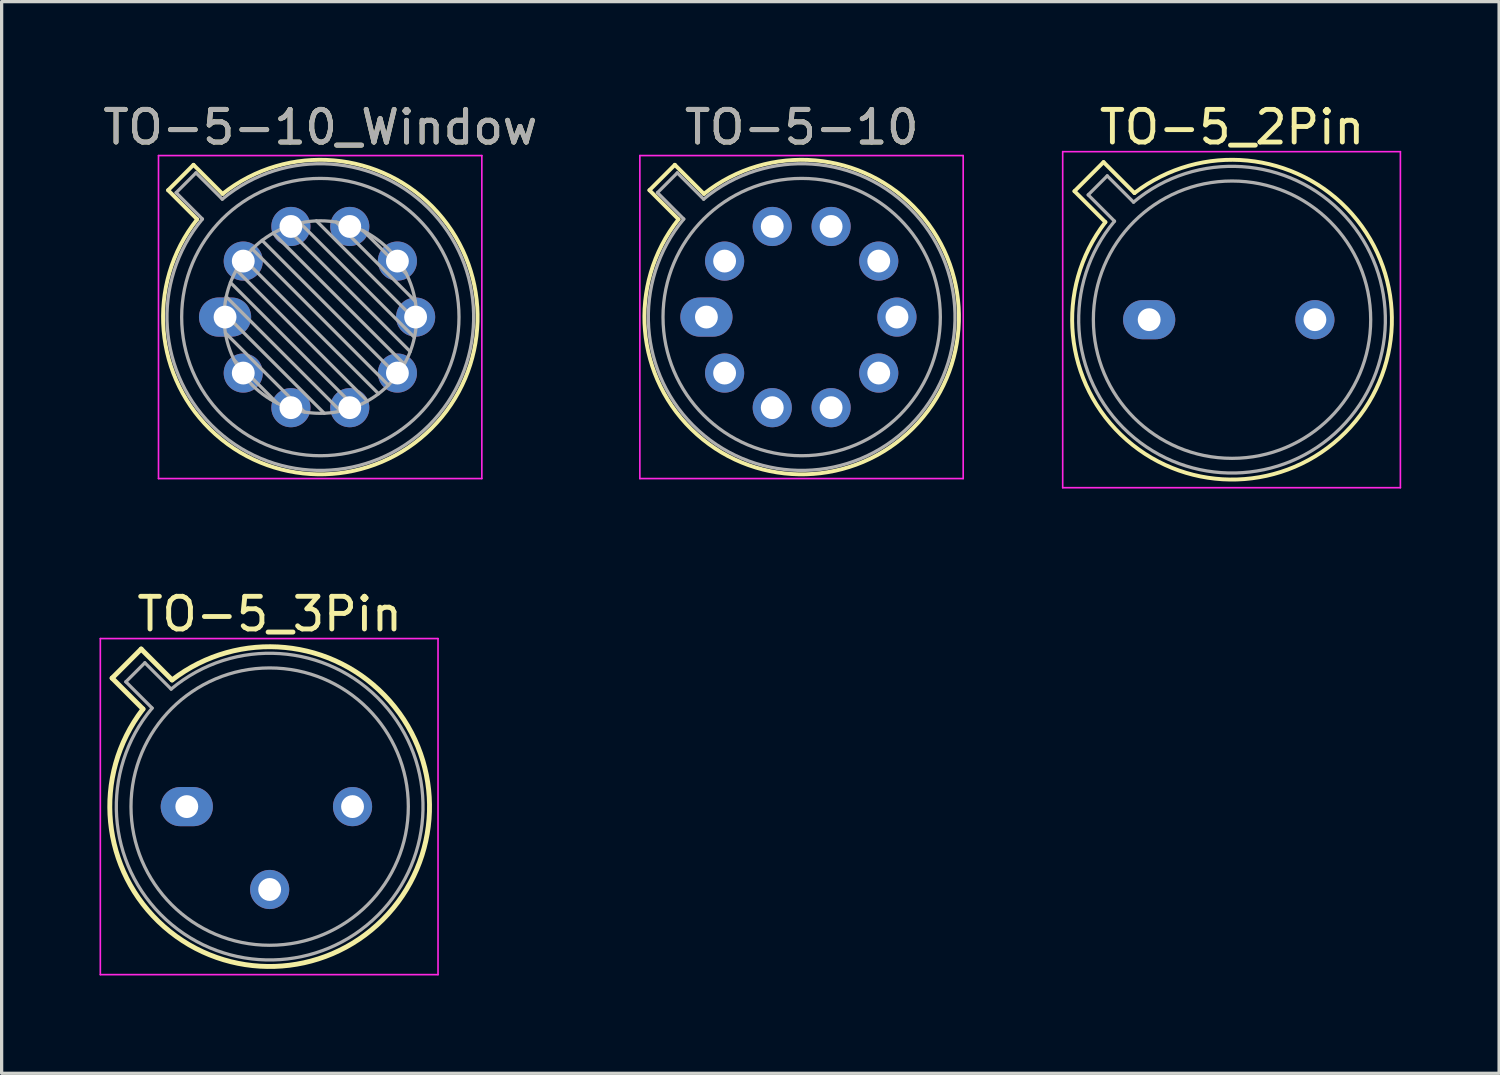
<source format=kicad_pcb>
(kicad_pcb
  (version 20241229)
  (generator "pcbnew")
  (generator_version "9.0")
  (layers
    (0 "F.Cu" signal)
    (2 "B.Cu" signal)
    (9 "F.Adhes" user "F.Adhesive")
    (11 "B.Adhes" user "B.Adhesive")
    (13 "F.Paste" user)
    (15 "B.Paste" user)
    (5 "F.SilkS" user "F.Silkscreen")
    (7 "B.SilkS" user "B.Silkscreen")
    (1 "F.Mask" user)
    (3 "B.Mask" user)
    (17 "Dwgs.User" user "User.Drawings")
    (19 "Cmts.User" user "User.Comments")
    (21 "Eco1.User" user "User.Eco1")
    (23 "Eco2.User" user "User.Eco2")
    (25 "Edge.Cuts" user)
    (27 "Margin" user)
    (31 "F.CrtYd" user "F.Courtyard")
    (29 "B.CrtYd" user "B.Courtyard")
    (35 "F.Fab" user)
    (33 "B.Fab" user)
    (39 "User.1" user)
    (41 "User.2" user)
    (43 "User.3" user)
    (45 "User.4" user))
  (footprint "TO-5-10"
    (layer "F.Cu")
    (at 18.601 6.668)
    (property "Reference" "TO-5-10" (at 2.92 -5.82 0) (layer "F.SilkS") (effects (font (size 1 1) (thickness 0.15))))
    (attr through_hole)
    (fp_line (start -1.746 -3.888) (end -0.855 -2.997) (stroke (width 0.12) (type solid)) (layer "F.SilkS"))
    (fp_line (start -0.968 -4.666) (end -1.746 -3.888) (stroke (width 0.12) (type solid)) (layer "F.SilkS"))
    (fp_line (start -0.077 -3.775) (end -0.968 -4.666) (stroke (width 0.12) (type solid)) (layer "F.SilkS"))
    (fp_arc (start -0.077084 -3.774902) (mid 6.328125 3.408384) (end -0.854674 -2.997371) (stroke (width 0.12) (type solid)) (layer "F.SilkS"))
    (fp_line (start -2.04 -4.95) (end -2.04 4.95) (stroke (width 0.05) (type solid)) (layer "F.CrtYd"))
    (fp_line (start -2.04 4.95) (end 7.87 4.95) (stroke (width 0.05) (type solid)) (layer "F.CrtYd"))
    (fp_line (start 7.87 -4.95) (end -2.04 -4.95) (stroke (width 0.05) (type solid)) (layer "F.CrtYd"))
    (fp_line (start 7.87 4.95) (end 7.87 -4.95) (stroke (width 0.05) (type solid)) (layer "F.CrtYd"))
    (fp_line (start -1.5 -3.812) (end -0.694 -3.005) (stroke (width 0.1) (type solid)) (layer "F.Fab"))
    (fp_line (start -0.892 -4.42) (end -1.5 -3.812) (stroke (width 0.1) (type solid)) (layer "F.Fab"))
    (fp_line (start -0.085 -3.614) (end -0.892 -4.42) (stroke (width 0.1) (type solid)) (layer "F.Fab"))
    (fp_arc (start -0.085408 -3.61352) (mid 6.243443 3.323361) (end -0.693594 -3.005319) (stroke (width 0.1) (type solid)) (layer "F.Fab"))
    (fp_circle (center 2.92 0) (end 7.17 0) (stroke (width 0.1) (type solid)) (fill no) (layer "F.Fab"))
    (fp_text user "${REFERENCE}" (at 2.92 -5.82 0) (layer "F.Fab") (effects (font (size 1 1) (thickness 0.15))))
    (pad "1" thru_hole oval (at 0 0) (size 1.6 1.2) (drill 0.7) (layers "*.Cu" "*.Mask"))
    (pad "2" thru_hole oval (at 0.558 1.716) (size 1.2 1.2) (drill 0.7) (layers "*.Cu" "*.Mask"))
    (pad "3" thru_hole oval (at 2.018 2.777) (size 1.2 1.2) (drill 0.7) (layers "*.Cu" "*.Mask"))
    (pad "4" thru_hole oval (at 3.822 2.777) (size 1.2 1.2) (drill 0.7) (layers "*.Cu" "*.Mask"))
    (pad "5" thru_hole oval (at 5.282 1.716) (size 1.2 1.2) (drill 0.7) (layers "*.Cu" "*.Mask"))
    (pad "6" thru_hole oval (at 5.84 0) (size 1.2 1.2) (drill 0.7) (layers "*.Cu" "*.Mask"))
    (pad "7" thru_hole oval (at 5.282 -1.716) (size 1.2 1.2) (drill 0.7) (layers "*.Cu" "*.Mask"))
    (pad "8" thru_hole oval (at 3.822 -2.777) (size 1.2 1.2) (drill 0.7) (layers "*.Cu" "*.Mask"))
    (pad "9" thru_hole oval (at 2.018 -2.777) (size 1.2 1.2) (drill 0.7) (layers "*.Cu" "*.Mask"))
    (pad "10" thru_hole oval (at 0.558 -1.716) (size 1.2 1.2) (drill 0.7) (layers "*.Cu" "*.Mask")))
  (footprint "TO-5-10_Window"
    (layer "F.Cu")
    (at 3.848 6.668)
    (property "Reference" "TO-5-10_Window" (at 2.92 -5.82 0) (layer "F.SilkS") (effects (font (size 1 1) (thickness 0.15))))
    (attr through_hole)
    (fp_line (start -1.746 -3.888) (end -0.855 -2.997) (stroke (width 0.12) (type solid)) (layer "F.SilkS"))
    (fp_line (start -0.968 -4.666) (end -1.746 -3.888) (stroke (width 0.12) (type solid)) (layer "F.SilkS"))
    (fp_line (start -0.077 -3.775) (end -0.968 -4.666) (stroke (width 0.12) (type solid)) (layer "F.SilkS"))
    (fp_arc (start -0.077084 -3.774902) (mid 6.328125 3.408384) (end -0.854674 -2.997371) (stroke (width 0.12) (type solid)) (layer "F.SilkS"))
    (fp_line (start -2.04 -4.95) (end -2.04 4.95) (stroke (width 0.05) (type solid)) (layer "F.CrtYd"))
    (fp_line (start -2.04 4.95) (end 7.87 4.95) (stroke (width 0.05) (type solid)) (layer "F.CrtYd"))
    (fp_line (start 7.87 -4.95) (end -2.04 -4.95) (stroke (width 0.05) (type solid)) (layer "F.CrtYd"))
    (fp_line (start 7.87 4.95) (end 7.87 -4.95) (stroke (width 0.05) (type solid)) (layer "F.CrtYd"))
    (fp_line (start -1.5 -3.812) (end -0.694 -3.005) (stroke (width 0.1) (type solid)) (layer "F.Fab"))
    (fp_line (start -0.892 -4.42) (end -1.5 -3.812) (stroke (width 0.1) (type solid)) (layer "F.Fab"))
    (fp_line (start -0.085 -3.614) (end -0.892 -4.42) (stroke (width 0.1) (type solid)) (layer "F.Fab"))
    (fp_line (start -0.028 -0.12) (end 3.04 2.948) (stroke (width 0.1) (type solid)) (layer "F.Fab"))
    (fp_line (start 0.009 0.485) (end 2.435 2.911) (stroke (width 0.1) (type solid)) (layer "F.Fab"))
    (fp_line (start 0.036 -0.622) (end 3.542 2.884) (stroke (width 0.1) (type solid)) (layer "F.Fab"))
    (fp_line (start 0.165 -1.058) (end 3.978 2.755) (stroke (width 0.1) (type solid)) (layer "F.Fab"))
    (fp_line (start 0.283 1.324) (end 1.596 2.637) (stroke (width 0.1) (type solid)) (layer "F.Fab"))
    (fp_line (start 0.346 -1.443) (end 4.363 2.574) (stroke (width 0.1) (type solid)) (layer "F.Fab"))
    (fp_line (start 0.57 -1.784) (end 4.704 2.35) (stroke (width 0.1) (type solid)) (layer "F.Fab"))
    (fp_line (start 0.834 -2.086) (end 5.006 2.086) (stroke (width 0.1) (type solid)) (layer "F.Fab"))
    (fp_line (start 1.136 -2.35) (end 5.27 1.784) (stroke (width 0.1) (type solid)) (layer "F.Fab"))
    (fp_line (start 1.477 -2.574) (end 5.494 1.443) (stroke (width 0.1) (type solid)) (layer "F.Fab"))
    (fp_line (start 1.862 -2.755) (end 5.675 1.058) (stroke (width 0.1) (type solid)) (layer "F.Fab"))
    (fp_line (start 2.298 -2.884) (end 5.804 0.622) (stroke (width 0.1) (type solid)) (layer "F.Fab"))
    (fp_line (start 2.8 -2.948) (end 5.868 0.12) (stroke (width 0.1) (type solid)) (layer "F.Fab"))
    (fp_line (start 3.405 -2.911) (end 5.831 -0.485) (stroke (width 0.1) (type solid)) (layer "F.Fab"))
    (fp_line (start 4.244 -2.637) (end 5.557 -1.324) (stroke (width 0.1) (type solid)) (layer "F.Fab"))
    (fp_arc (start -0.085408 -3.61352) (mid 6.243443 3.323361) (end -0.693594 -3.005319) (stroke (width 0.1) (type solid)) (layer "F.Fab"))
    (fp_circle (center 2.92 0) (end 5.87 0) (stroke (width 0.1) (type solid)) (fill no) (layer "F.Fab"))
    (fp_circle (center 2.92 0) (end 7.17 0) (stroke (width 0.1) (type solid)) (fill no) (layer "F.Fab"))
    (fp_text user "${REFERENCE}" (at 2.92 -5.82 0) (layer "F.Fab") (effects (font (size 1 1) (thickness 0.15))))
    (pad "1" thru_hole oval (at 0 0) (size 1.6 1.2) (drill 0.7) (layers "*.Cu" "*.Mask"))
    (pad "2" thru_hole oval (at 0.558 1.716) (size 1.2 1.2) (drill 0.7) (layers "*.Cu" "*.Mask"))
    (pad "3" thru_hole oval (at 2.018 2.777) (size 1.2 1.2) (drill 0.7) (layers "*.Cu" "*.Mask"))
    (pad "4" thru_hole oval (at 3.822 2.777) (size 1.2 1.2) (drill 0.7) (layers "*.Cu" "*.Mask"))
    (pad "5" thru_hole oval (at 5.282 1.716) (size 1.2 1.2) (drill 0.7) (layers "*.Cu" "*.Mask"))
    (pad "6" thru_hole oval (at 5.84 0) (size 1.2 1.2) (drill 0.7) (layers "*.Cu" "*.Mask"))
    (pad "7" thru_hole oval (at 5.282 -1.716) (size 1.2 1.2) (drill 0.7) (layers "*.Cu" "*.Mask"))
    (pad "8" thru_hole oval (at 3.822 -2.777) (size 1.2 1.2) (drill 0.7) (layers "*.Cu" "*.Mask"))
    (pad "9" thru_hole oval (at 2.018 -2.777) (size 1.2 1.2) (drill 0.7) (layers "*.Cu" "*.Mask"))
    (pad "10" thru_hole oval (at 0.558 -1.716) (size 1.2 1.2) (drill 0.7) (layers "*.Cu" "*.Mask")))
  (footprint "TO-5_3Pin"
    (layer "F.Cu")
    (at 2.675 21.672)
    (property "Reference" "TO-5_3Pin" (at 2.54 -5.9 0) (layer "F.SilkS") (effects (font (size 1 1) (thickness 0.15))))
    (attr through_hole)
    (fp_line (start -2.289 -3.938) (end -1.342 -2.991) (stroke (width 0.15) (type solid)) (layer "F.SilkS"))
    (fp_line (start -1.398 -4.829) (end -2.289 -3.938) (stroke (width 0.15) (type solid)) (layer "F.SilkS"))
    (fp_line (start -0.451 -3.882) (end -1.398 -4.829) (stroke (width 0.15) (type solid)) (layer "F.SilkS"))
    (fp_arc (start -0.450589 -3.881543) (mid 6.004823 3.464823) (end -1.341543 -2.990588) (stroke (width 0.15) (type solid)) (layer "F.SilkS"))
    (fp_line (start -2.65 -5.15) (end -2.65 5.15) (stroke (width 0.05) (type solid)) (layer "F.CrtYd"))
    (fp_line (start -2.65 5.15) (end 7.7 5.15) (stroke (width 0.05) (type solid)) (layer "F.CrtYd"))
    (fp_line (start 7.7 -5.15) (end -2.65 -5.15) (stroke (width 0.05) (type solid)) (layer "F.CrtYd"))
    (fp_line (start 7.7 5.15) (end 7.7 -5.15) (stroke (width 0.05) (type solid)) (layer "F.CrtYd"))
    (fp_line (start -1.868 -3.825) (end -1.062 -3.019) (stroke (width 0.1) (type solid)) (layer "F.Fab"))
    (fp_line (start -1.285 -4.408) (end -1.868 -3.825) (stroke (width 0.1) (type solid)) (layer "F.Fab"))
    (fp_line (start -0.479 -3.602) (end -1.285 -4.408) (stroke (width 0.1) (type solid)) (layer "F.Fab"))
    (fp_arc (start -0.478935 -3.602226) (mid 5.863402 3.323402) (end -1.062226 -3.018935) (stroke (width 0.1) (type solid)) (layer "F.Fab"))
    (fp_circle (center 2.54 0) (end 6.79 0) (stroke (width 0.1) (type solid)) (fill no) (layer "F.Fab"))
    (pad "1" thru_hole oval (at 0 0) (size 1.6 1.2) (drill 0.7) (layers "*.Cu" "*.Mask"))
    (pad "2" thru_hole oval (at 2.54 2.54) (size 1.2 1.2) (drill 0.7) (layers "*.Cu" "*.Mask"))
    (pad "3" thru_hole oval (at 5.08 0) (size 1.2 1.2) (drill 0.7) (layers "*.Cu" "*.Mask")))
  (footprint "TO-5_2Pin"
    (layer "F.Cu")
    (at 32.171 6.748)
    (property "Reference" "TO-5_2Pin" (at 2.54 -5.9 0) (layer "F.SilkS") (effects (font (size 1 1) (thickness 0.15))))
    (attr through_hole)
    (fp_line (start -2.289 -3.938) (end -1.342 -2.991) (stroke (width 0.12) (type solid)) (layer "F.SilkS"))
    (fp_line (start -1.398 -4.829) (end -2.289 -3.938) (stroke (width 0.12) (type solid)) (layer "F.SilkS"))
    (fp_line (start -0.451 -3.882) (end -1.398 -4.829) (stroke (width 0.12) (type solid)) (layer "F.SilkS"))
    (fp_arc (start -0.450589 -3.881543) (mid 6.004823 3.464823) (end -1.341543 -2.990588) (stroke (width 0.12) (type solid)) (layer "F.SilkS"))
    (fp_line (start -2.65 -5.15) (end -2.65 5.15) (stroke (width 0.05) (type solid)) (layer "F.CrtYd"))
    (fp_line (start -2.65 5.15) (end 7.7 5.15) (stroke (width 0.05) (type solid)) (layer "F.CrtYd"))
    (fp_line (start 7.7 -5.15) (end -2.65 -5.15) (stroke (width 0.05) (type solid)) (layer "F.CrtYd"))
    (fp_line (start 7.7 5.15) (end 7.7 -5.15) (stroke (width 0.05) (type solid)) (layer "F.CrtYd"))
    (fp_line (start -1.868 -3.825) (end -1.062 -3.019) (stroke (width 0.1) (type solid)) (layer "F.Fab"))
    (fp_line (start -1.285 -4.408) (end -1.868 -3.825) (stroke (width 0.1) (type solid)) (layer "F.Fab"))
    (fp_line (start -0.479 -3.602) (end -1.285 -4.408) (stroke (width 0.1) (type solid)) (layer "F.Fab"))
    (fp_arc (start -0.478935 -3.602226) (mid 5.863402 3.323402) (end -1.062226 -3.018935) (stroke (width 0.1) (type solid)) (layer "F.Fab"))
    (fp_circle (center 2.54 0) (end 6.79 0) (stroke (width 0.1) (type solid)) (fill no) (layer "F.Fab"))
    (pad "1" thru_hole oval (at 0 0) (size 1.6 1.2) (drill 0.7) (layers "*.Cu" "*.Mask"))
    (pad "2" thru_hole oval (at 5.08 0) (size 1.2 1.2) (drill 0.7) (layers "*.Cu" "*.Mask")))
  (gr_rect
    (start -3 -3)
    (end 42.896 29.846)
    (stroke (width 0.1) (type default))
    (fill no)
    (layer "Edge.Cuts")))
</source>
